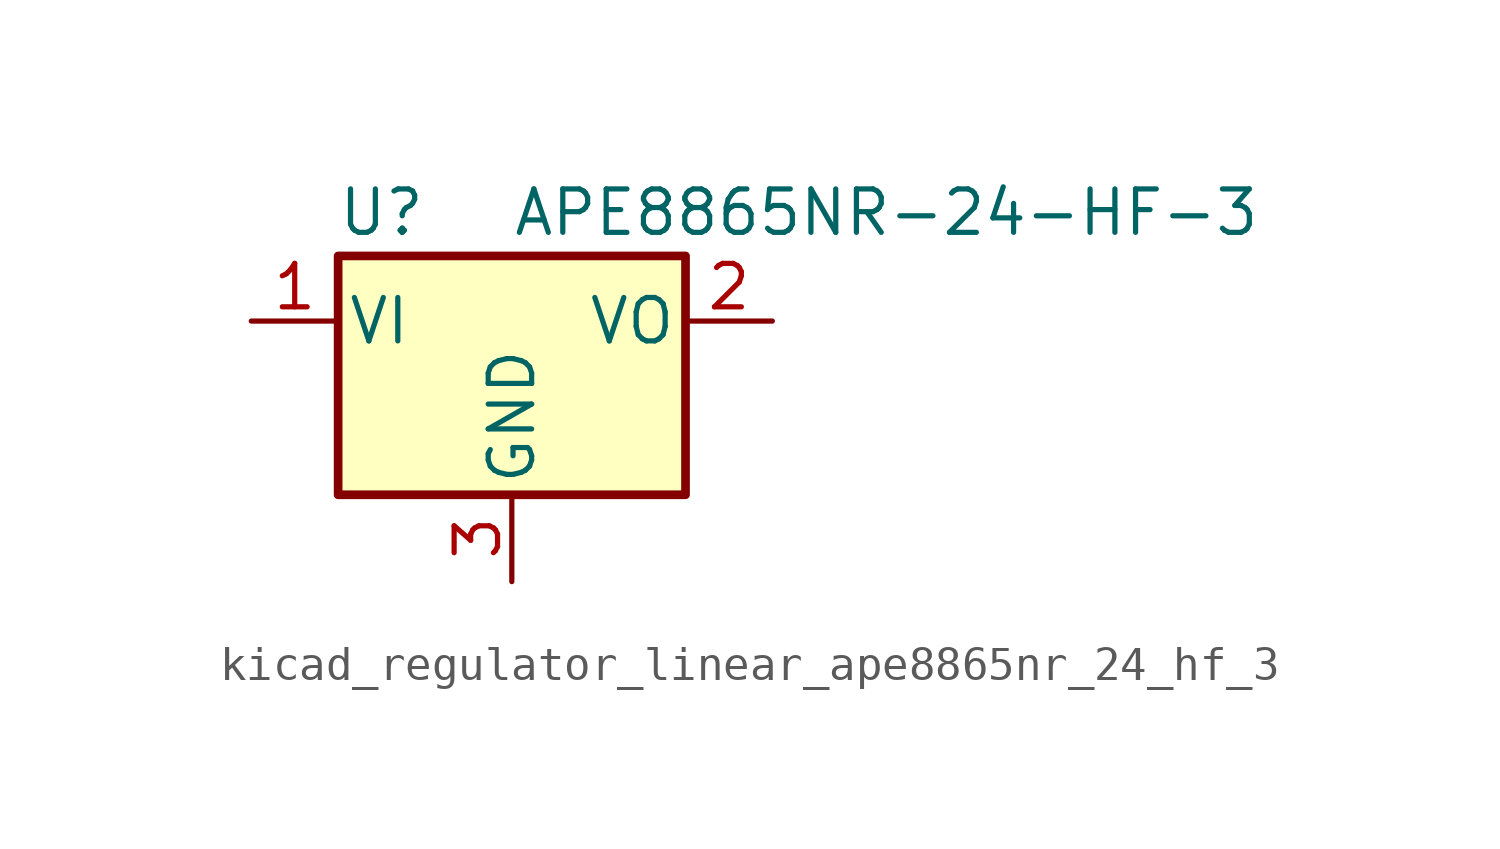
<source format=kicad_sym>
(kicad_symbol_lib
  (version 20220914)
  (generator kicad_symbol_editor)
  (symbol "kicad_regulator_linear_ape8865nr_24_hf_3"
    (pin_names
      (offset 0.254))
    (property "Reference" "U"
      (at -3.81 3.175 0)
      (effects (font (size 1.27 1.27))))
    (property "Value" "APE8865NR-24-HF-3"
      (at 0 3.175 0)
      (effects (font (size 1.27 1.27)) (justify left)))
    (symbol "kicad_regulator_linear_ape8865nr_24_hf_3_0_1"
      (rectangle (start -5.08 1.905) (end 5.08 -5.08) (stroke (width 0.254) (type default)) (fill (type background))))
    (symbol "kicad_regulator_linear_ape8865nr_24_hf_3_1_1"
      (pin power_in line (at -7.62 0 0) (length 2.54) (name "VI" (effects (font (size 1.27 1.27)))) (number "1" (effects (font (size 1.27 1.27)))))
      (pin power_out line (at 7.62 0 180) (length 2.54) (name "VO" (effects (font (size 1.27 1.27)))) (number "2" (effects (font (size 1.27 1.27)))))
      (pin power_in line (at 0 -7.62 90) (length 2.54) (name "GND" (effects (font (size 1.27 1.27)))) (number "3" (effects (font (size 1.27 1.27))))))))
</source>
